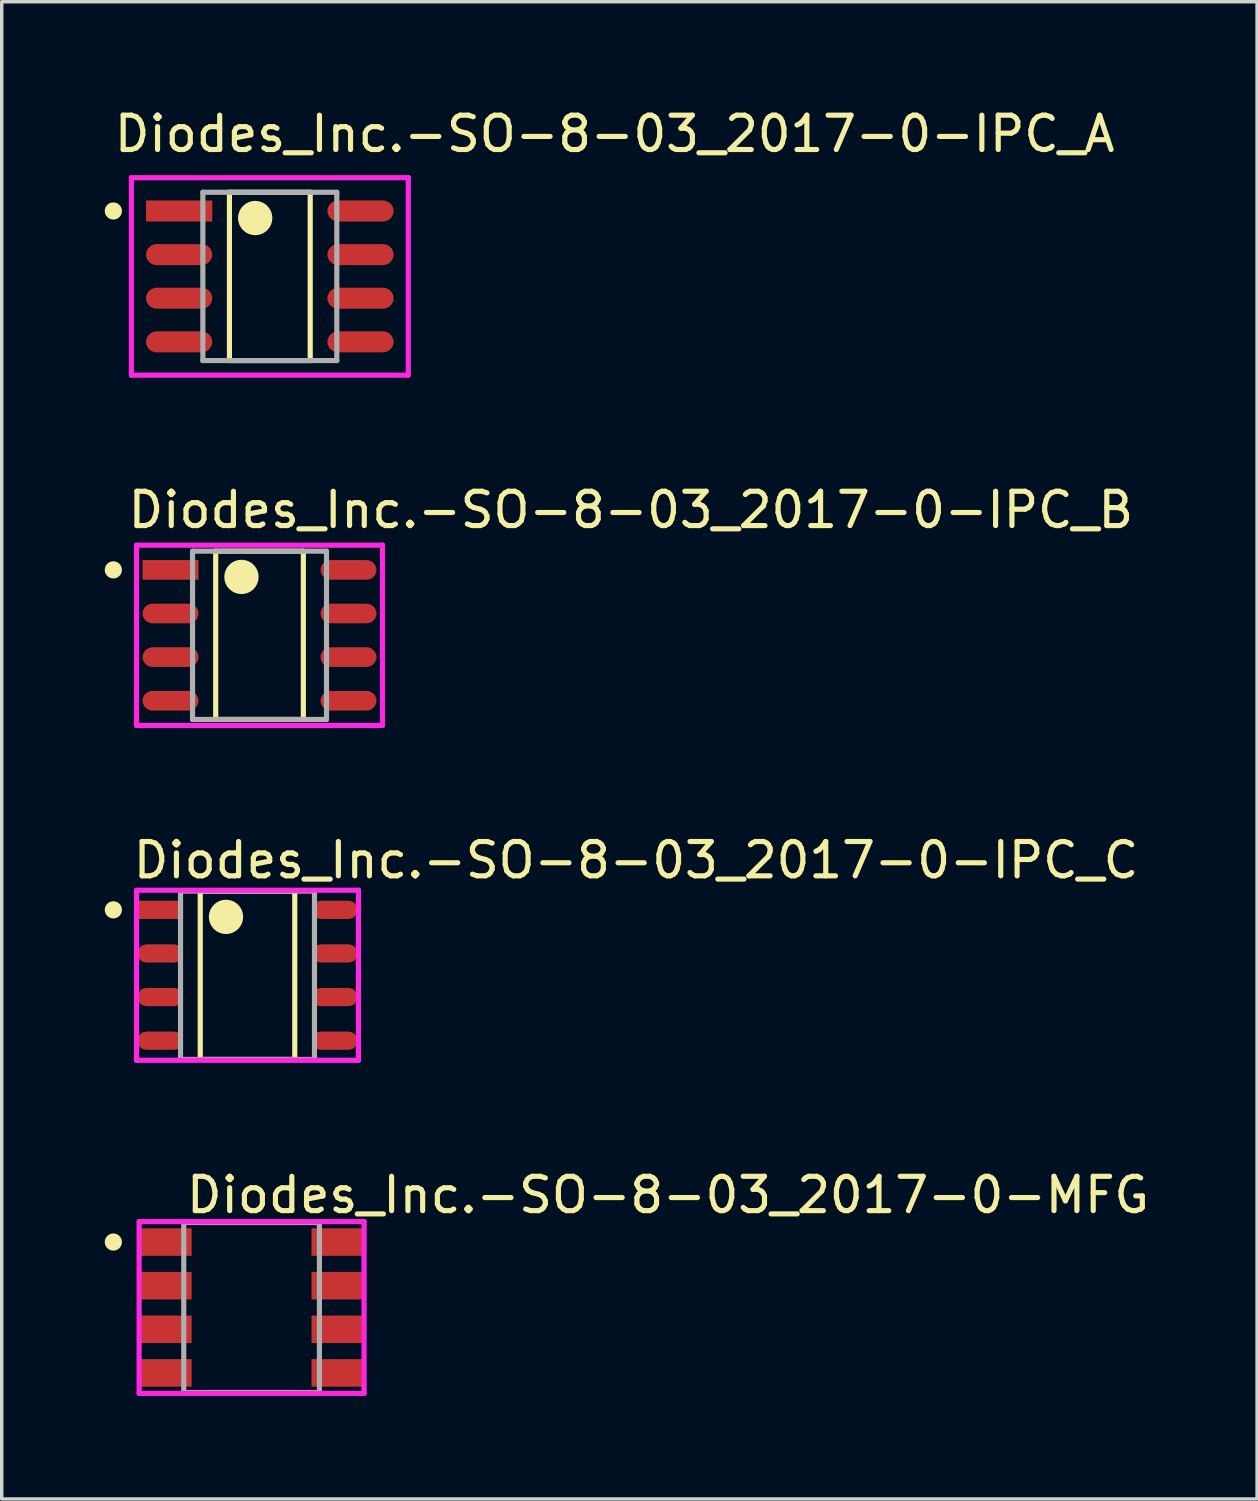
<source format=kicad_pcb>
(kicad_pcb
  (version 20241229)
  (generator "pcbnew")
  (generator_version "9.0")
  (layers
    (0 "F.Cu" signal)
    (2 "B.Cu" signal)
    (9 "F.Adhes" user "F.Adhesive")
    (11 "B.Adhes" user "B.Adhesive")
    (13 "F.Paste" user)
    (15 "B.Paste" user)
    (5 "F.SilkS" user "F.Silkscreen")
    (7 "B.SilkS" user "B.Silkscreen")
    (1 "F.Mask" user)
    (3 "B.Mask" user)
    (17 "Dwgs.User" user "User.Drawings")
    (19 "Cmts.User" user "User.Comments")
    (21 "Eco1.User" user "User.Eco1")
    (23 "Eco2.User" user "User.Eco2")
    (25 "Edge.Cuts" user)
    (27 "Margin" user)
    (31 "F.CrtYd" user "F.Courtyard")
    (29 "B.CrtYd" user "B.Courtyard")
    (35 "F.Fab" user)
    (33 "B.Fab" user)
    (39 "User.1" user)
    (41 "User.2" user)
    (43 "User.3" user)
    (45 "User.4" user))
  (footprint "Diodes_Inc.-SO-8-03_2017-0-IPC_B"
    (layer "F.Cu")
    (at 4.506 15.447)
    (property "Reference" "Diodes_Inc.-SO-8-03_2017-0-IPC_B" (at -3.906 -3.65 0) (layer "F.SilkS") (effects (font (size 1 1) (thickness 0.15)) (justify left)))
    (attr through_hole)
    (fp_line (start -1.276 -2.45) (end 1.276 -2.45) (stroke (width 0.15) (type solid)) (layer "F.SilkS"))
    (fp_line (start -1.276 2.45) (end -1.276 -2.45) (stroke (width 0.15) (type solid)) (layer "F.SilkS"))
    (fp_line (start 1.276 -2.45) (end 1.276 2.45) (stroke (width 0.15) (type solid)) (layer "F.SilkS"))
    (fp_line (start 1.276 2.45) (end -1.276 2.45) (stroke (width 0.15) (type solid)) (layer "F.SilkS"))
    (fp_circle (center -4.256 -1.905) (end -4.131 -1.905) (stroke (width 0.25) (type solid)) (fill no) (layer "F.SilkS"))
    (fp_circle (center -0.526 -1.7) (end -0.276 -1.7) (stroke (width 0.5) (type solid)) (fill no) (layer "F.SilkS"))
    (fp_line (start -3.581 -2.625) (end -3.581 2.625) (stroke (width 0.15) (type solid)) (layer "F.CrtYd"))
    (fp_line (start -3.581 2.625) (end 3.581 2.625) (stroke (width 0.15) (type solid)) (layer "F.CrtYd"))
    (fp_line (start 3.581 -2.625) (end -3.581 -2.625) (stroke (width 0.15) (type solid)) (layer "F.CrtYd"))
    (fp_line (start 3.581 -2.625) (end 3.581 -2.625) (stroke (width 0.15) (type solid)) (layer "F.CrtYd"))
    (fp_line (start 3.581 2.625) (end 3.581 -2.625) (stroke (width 0.15) (type solid)) (layer "F.CrtYd"))
    (fp_line (start -1.95 -2.45) (end 1.95 -2.45) (stroke (width 0.15) (type solid)) (layer "F.Fab"))
    (fp_line (start -1.95 2.45) (end -1.95 -2.45) (stroke (width 0.15) (type solid)) (layer "F.Fab"))
    (fp_line (start 1.95 -2.45) (end 1.95 2.45) (stroke (width 0.15) (type solid)) (layer "F.Fab"))
    (fp_line (start 1.95 2.45) (end -1.95 2.45) (stroke (width 0.15) (type solid)) (layer "F.Fab"))
    (pad "1" smd rect (at -2.591 -1.905) (size 1.63 0.572) (layers "F.Cu" "F.Mask" "F.Paste"))
    (pad "2" smd roundrect (at -2.591 -0.635) (size 1.63 0.572) (layers "F.Cu" "F.Mask" "F.Paste") (roundrect_rratio 0.5))
    (pad "3" smd roundrect (at -2.591 0.635) (size 1.63 0.572) (layers "F.Cu" "F.Mask" "F.Paste") (roundrect_rratio 0.5))
    (pad "4" smd roundrect (at -2.591 1.905) (size 1.63 0.572) (layers "F.Cu" "F.Mask" "F.Paste") (roundrect_rratio 0.5))
    (pad "5" smd roundrect (at 2.591 1.905) (size 1.63 0.572) (layers "F.Cu" "F.Mask" "F.Paste") (roundrect_rratio 0.5))
    (pad "6" smd roundrect (at 2.591 0.635) (size 1.63 0.572) (layers "F.Cu" "F.Mask" "F.Paste") (roundrect_rratio 0.5))
    (pad "7" smd roundrect (at 2.591 -0.635) (size 1.63 0.572) (layers "F.Cu" "F.Mask" "F.Paste") (roundrect_rratio 0.5))
    (pad "8" smd roundrect (at 2.591 -1.905) (size 1.63 0.572) (layers "F.Cu" "F.Mask" "F.Paste") (roundrect_rratio 0.5)))
  (footprint "Diodes_Inc.-SO-8-03_2017-0-IPC_C"
    (layer "F.Cu")
    (at 4.156 25.345)
    (property "Reference" "Diodes_Inc.-SO-8-03_2017-0-IPC_C" (at -3.406 -3.35 0) (layer "F.SilkS") (effects (font (size 1 1) (thickness 0.15)) (justify left)))
    (attr through_hole)
    (fp_line (start -1.376 -2.45) (end 1.376 -2.45) (stroke (width 0.15) (type solid)) (layer "F.SilkS"))
    (fp_line (start -1.376 2.45) (end -1.376 -2.45) (stroke (width 0.15) (type solid)) (layer "F.SilkS"))
    (fp_line (start 1.376 -2.45) (end 1.376 2.45) (stroke (width 0.15) (type solid)) (layer "F.SilkS"))
    (fp_line (start 1.376 2.45) (end -1.376 2.45) (stroke (width 0.15) (type solid)) (layer "F.SilkS"))
    (fp_circle (center -3.906 -1.905) (end -3.781 -1.905) (stroke (width 0.25) (type solid)) (fill no) (layer "F.SilkS"))
    (fp_circle (center -0.626 -1.7) (end -0.376 -1.7) (stroke (width 0.5) (type solid)) (fill no) (layer "F.SilkS"))
    (fp_line (start -3.231 -2.475) (end -3.231 2.475) (stroke (width 0.15) (type solid)) (layer "F.CrtYd"))
    (fp_line (start -3.231 2.475) (end 3.231 2.475) (stroke (width 0.15) (type solid)) (layer "F.CrtYd"))
    (fp_line (start 3.231 -2.475) (end -3.231 -2.475) (stroke (width 0.15) (type solid)) (layer "F.CrtYd"))
    (fp_line (start 3.231 -2.475) (end 3.231 -2.475) (stroke (width 0.15) (type solid)) (layer "F.CrtYd"))
    (fp_line (start 3.231 2.475) (end 3.231 -2.475) (stroke (width 0.15) (type solid)) (layer "F.CrtYd"))
    (fp_line (start -1.95 -2.45) (end 1.95 -2.45) (stroke (width 0.15) (type solid)) (layer "F.Fab"))
    (fp_line (start -1.95 2.45) (end -1.95 -2.45) (stroke (width 0.15) (type solid)) (layer "F.Fab"))
    (fp_line (start 1.95 -2.45) (end 1.95 2.45) (stroke (width 0.15) (type solid)) (layer "F.Fab"))
    (fp_line (start 1.95 2.45) (end -1.95 2.45) (stroke (width 0.15) (type solid)) (layer "F.Fab"))
    (pad "1" smd rect (at -2.541 -1.905) (size 1.33 0.532) (layers "F.Cu" "F.Mask" "F.Paste"))
    (pad "2" smd roundrect (at -2.541 -0.635) (size 1.33 0.532) (layers "F.Cu" "F.Mask" "F.Paste") (roundrect_rratio 0.5))
    (pad "3" smd roundrect (at -2.541 0.635) (size 1.33 0.532) (layers "F.Cu" "F.Mask" "F.Paste") (roundrect_rratio 0.5))
    (pad "4" smd roundrect (at -2.541 1.905) (size 1.33 0.532) (layers "F.Cu" "F.Mask" "F.Paste") (roundrect_rratio 0.5))
    (pad "5" smd roundrect (at 2.541 1.905) (size 1.33 0.532) (layers "F.Cu" "F.Mask" "F.Paste") (roundrect_rratio 0.5))
    (pad "6" smd roundrect (at 2.541 0.635) (size 1.33 0.532) (layers "F.Cu" "F.Mask" "F.Paste") (roundrect_rratio 0.5))
    (pad "7" smd roundrect (at 2.541 -0.635) (size 1.33 0.532) (layers "F.Cu" "F.Mask" "F.Paste") (roundrect_rratio 0.5))
    (pad "8" smd roundrect (at 2.541 -1.905) (size 1.33 0.532) (layers "F.Cu" "F.Mask" "F.Paste") (roundrect_rratio 0.5)))
  (footprint "Diodes_Inc.-SO-8-03_2017-0-IPC_A"
    (layer "F.Cu")
    (at 4.806 4.998)
    (property "Reference" "Diodes_Inc.-SO-8-03_2017-0-IPC_A" (at -4.606 -4.15 0) (layer "F.SilkS") (effects (font (size 1 1) (thickness 0.15)) (justify left)))
    (attr through_hole)
    (fp_line (start -1.176 -2.45) (end 1.176 -2.45) (stroke (width 0.15) (type solid)) (layer "F.SilkS"))
    (fp_line (start -1.176 2.45) (end -1.176 -2.45) (stroke (width 0.15) (type solid)) (layer "F.SilkS"))
    (fp_line (start 1.176 -2.45) (end 1.176 2.45) (stroke (width 0.15) (type solid)) (layer "F.SilkS"))
    (fp_line (start 1.176 2.45) (end -1.176 2.45) (stroke (width 0.15) (type solid)) (layer "F.SilkS"))
    (fp_circle (center -4.556 -1.905) (end -4.431 -1.905) (stroke (width 0.25) (type solid)) (fill no) (layer "F.SilkS"))
    (fp_circle (center -0.426 -1.7) (end -0.176 -1.7) (stroke (width 0.5) (type solid)) (fill no) (layer "F.SilkS"))
    (fp_line (start -4.031 -2.875) (end -4.031 2.875) (stroke (width 0.15) (type solid)) (layer "F.CrtYd"))
    (fp_line (start -4.031 2.875) (end 4.031 2.875) (stroke (width 0.15) (type solid)) (layer "F.CrtYd"))
    (fp_line (start 4.031 -2.875) (end -4.031 -2.875) (stroke (width 0.15) (type solid)) (layer "F.CrtYd"))
    (fp_line (start 4.031 -2.875) (end 4.031 -2.875) (stroke (width 0.15) (type solid)) (layer "F.CrtYd"))
    (fp_line (start 4.031 2.875) (end 4.031 -2.875) (stroke (width 0.15) (type solid)) (layer "F.CrtYd"))
    (fp_line (start -1.95 -2.45) (end 1.95 -2.45) (stroke (width 0.15) (type solid)) (layer "F.Fab"))
    (fp_line (start -1.95 2.45) (end -1.95 -2.45) (stroke (width 0.15) (type solid)) (layer "F.Fab"))
    (fp_line (start 1.95 -2.45) (end 1.95 2.45) (stroke (width 0.15) (type solid)) (layer "F.Fab"))
    (fp_line (start 1.95 2.45) (end -1.95 2.45) (stroke (width 0.15) (type solid)) (layer "F.Fab"))
    (pad "1" smd rect (at -2.641 -1.905) (size 1.93 0.612) (layers "F.Cu" "F.Mask" "F.Paste"))
    (pad "2" smd roundrect (at -2.641 -0.635) (size 1.93 0.612) (layers "F.Cu" "F.Mask" "F.Paste") (roundrect_rratio 0.5))
    (pad "3" smd roundrect (at -2.641 0.635) (size 1.93 0.612) (layers "F.Cu" "F.Mask" "F.Paste") (roundrect_rratio 0.5))
    (pad "4" smd roundrect (at -2.641 1.905) (size 1.93 0.612) (layers "F.Cu" "F.Mask" "F.Paste") (roundrect_rratio 0.5))
    (pad "5" smd roundrect (at 2.641 1.905) (size 1.93 0.612) (layers "F.Cu" "F.Mask" "F.Paste") (roundrect_rratio 0.5))
    (pad "6" smd roundrect (at 2.641 0.635) (size 1.93 0.612) (layers "F.Cu" "F.Mask" "F.Paste") (roundrect_rratio 0.5))
    (pad "7" smd roundrect (at 2.641 -0.635) (size 1.93 0.612) (layers "F.Cu" "F.Mask" "F.Paste") (roundrect_rratio 0.5))
    (pad "8" smd roundrect (at 2.641 -1.905) (size 1.93 0.612) (layers "F.Cu" "F.Mask" "F.Paste") (roundrect_rratio 0.5)))
  (footprint "Diodes_Inc.-SO-8-03_2017-0-MFG"
    (layer "F.Cu")
    (at 4.275 35.018)
    (property "Reference" "Diodes_Inc.-SO-8-03_2017-0-MFG" (at -1.975 -3.275 0) (layer "F.SilkS") (effects (font (size 1 1) (thickness 0.15)) (justify left)))
    (attr through_hole)
    (fp_line (start -1.37 -2.475) (end 1.37 -2.475) (stroke (width 0.15) (type solid)) (layer "F.SilkS"))
    (fp_line (start -1.37 2.475) (end 1.37 2.475) (stroke (width 0.15) (type solid)) (layer "F.SilkS"))
    (fp_circle (center -4.025 -1.906) (end -3.9 -1.906) (stroke (width 0.25) (type solid)) (fill no) (layer "F.SilkS"))
    (fp_line (start -3.275 -2.5) (end -3.275 2.5) (stroke (width 0.15) (type solid)) (layer "F.CrtYd"))
    (fp_line (start -3.275 2.5) (end 3.275 2.5) (stroke (width 0.15) (type solid)) (layer "F.CrtYd"))
    (fp_line (start 3.275 -2.5) (end -3.275 -2.5) (stroke (width 0.15) (type solid)) (layer "F.CrtYd"))
    (fp_line (start 3.275 -2.5) (end 3.275 -2.5) (stroke (width 0.15) (type solid)) (layer "F.CrtYd"))
    (fp_line (start 3.275 2.5) (end 3.275 -2.5) (stroke (width 0.15) (type solid)) (layer "F.CrtYd"))
    (fp_line (start -1.975 -2.475) (end 1.975 -2.475) (stroke (width 0.15) (type solid)) (layer "F.Fab"))
    (fp_line (start -1.975 2.475) (end -1.975 -2.475) (stroke (width 0.15) (type solid)) (layer "F.Fab"))
    (fp_line (start 1.975 -2.475) (end 1.975 2.475) (stroke (width 0.15) (type solid)) (layer "F.Fab"))
    (fp_line (start 1.975 2.475) (end -1.975 2.475) (stroke (width 0.15) (type solid)) (layer "F.Fab"))
    (pad "1" smd rect (at -2.498 -1.905) (size 1.505 0.802) (layers "F.Cu" "F.Mask" "F.Paste"))
    (pad "2" smd rect (at -2.498 -0.635) (size 1.505 0.802) (layers "F.Cu" "F.Mask" "F.Paste"))
    (pad "3" smd rect (at -2.498 0.635) (size 1.505 0.802) (layers "F.Cu" "F.Mask" "F.Paste"))
    (pad "4" smd rect (at -2.498 1.905) (size 1.505 0.802) (layers "F.Cu" "F.Mask" "F.Paste"))
    (pad "5" smd rect (at 2.498 1.905) (size 1.505 0.802) (layers "F.Cu" "F.Mask" "F.Paste"))
    (pad "6" smd rect (at 2.498 0.635) (size 1.505 0.802) (layers "F.Cu" "F.Mask" "F.Paste"))
    (pad "7" smd rect (at 2.498 -0.635) (size 1.505 0.802) (layers "F.Cu" "F.Mask" "F.Paste"))
    (pad "8" smd rect (at 2.498 -1.905) (size 1.505 0.802) (layers "F.Cu" "F.Mask" "F.Paste")))
  (gr_rect
    (start -3 -3)
    (end 33.55 40.593)
    (stroke (width 0.1) (type default))
    (fill no)
    (layer "Edge.Cuts")))
</source>
